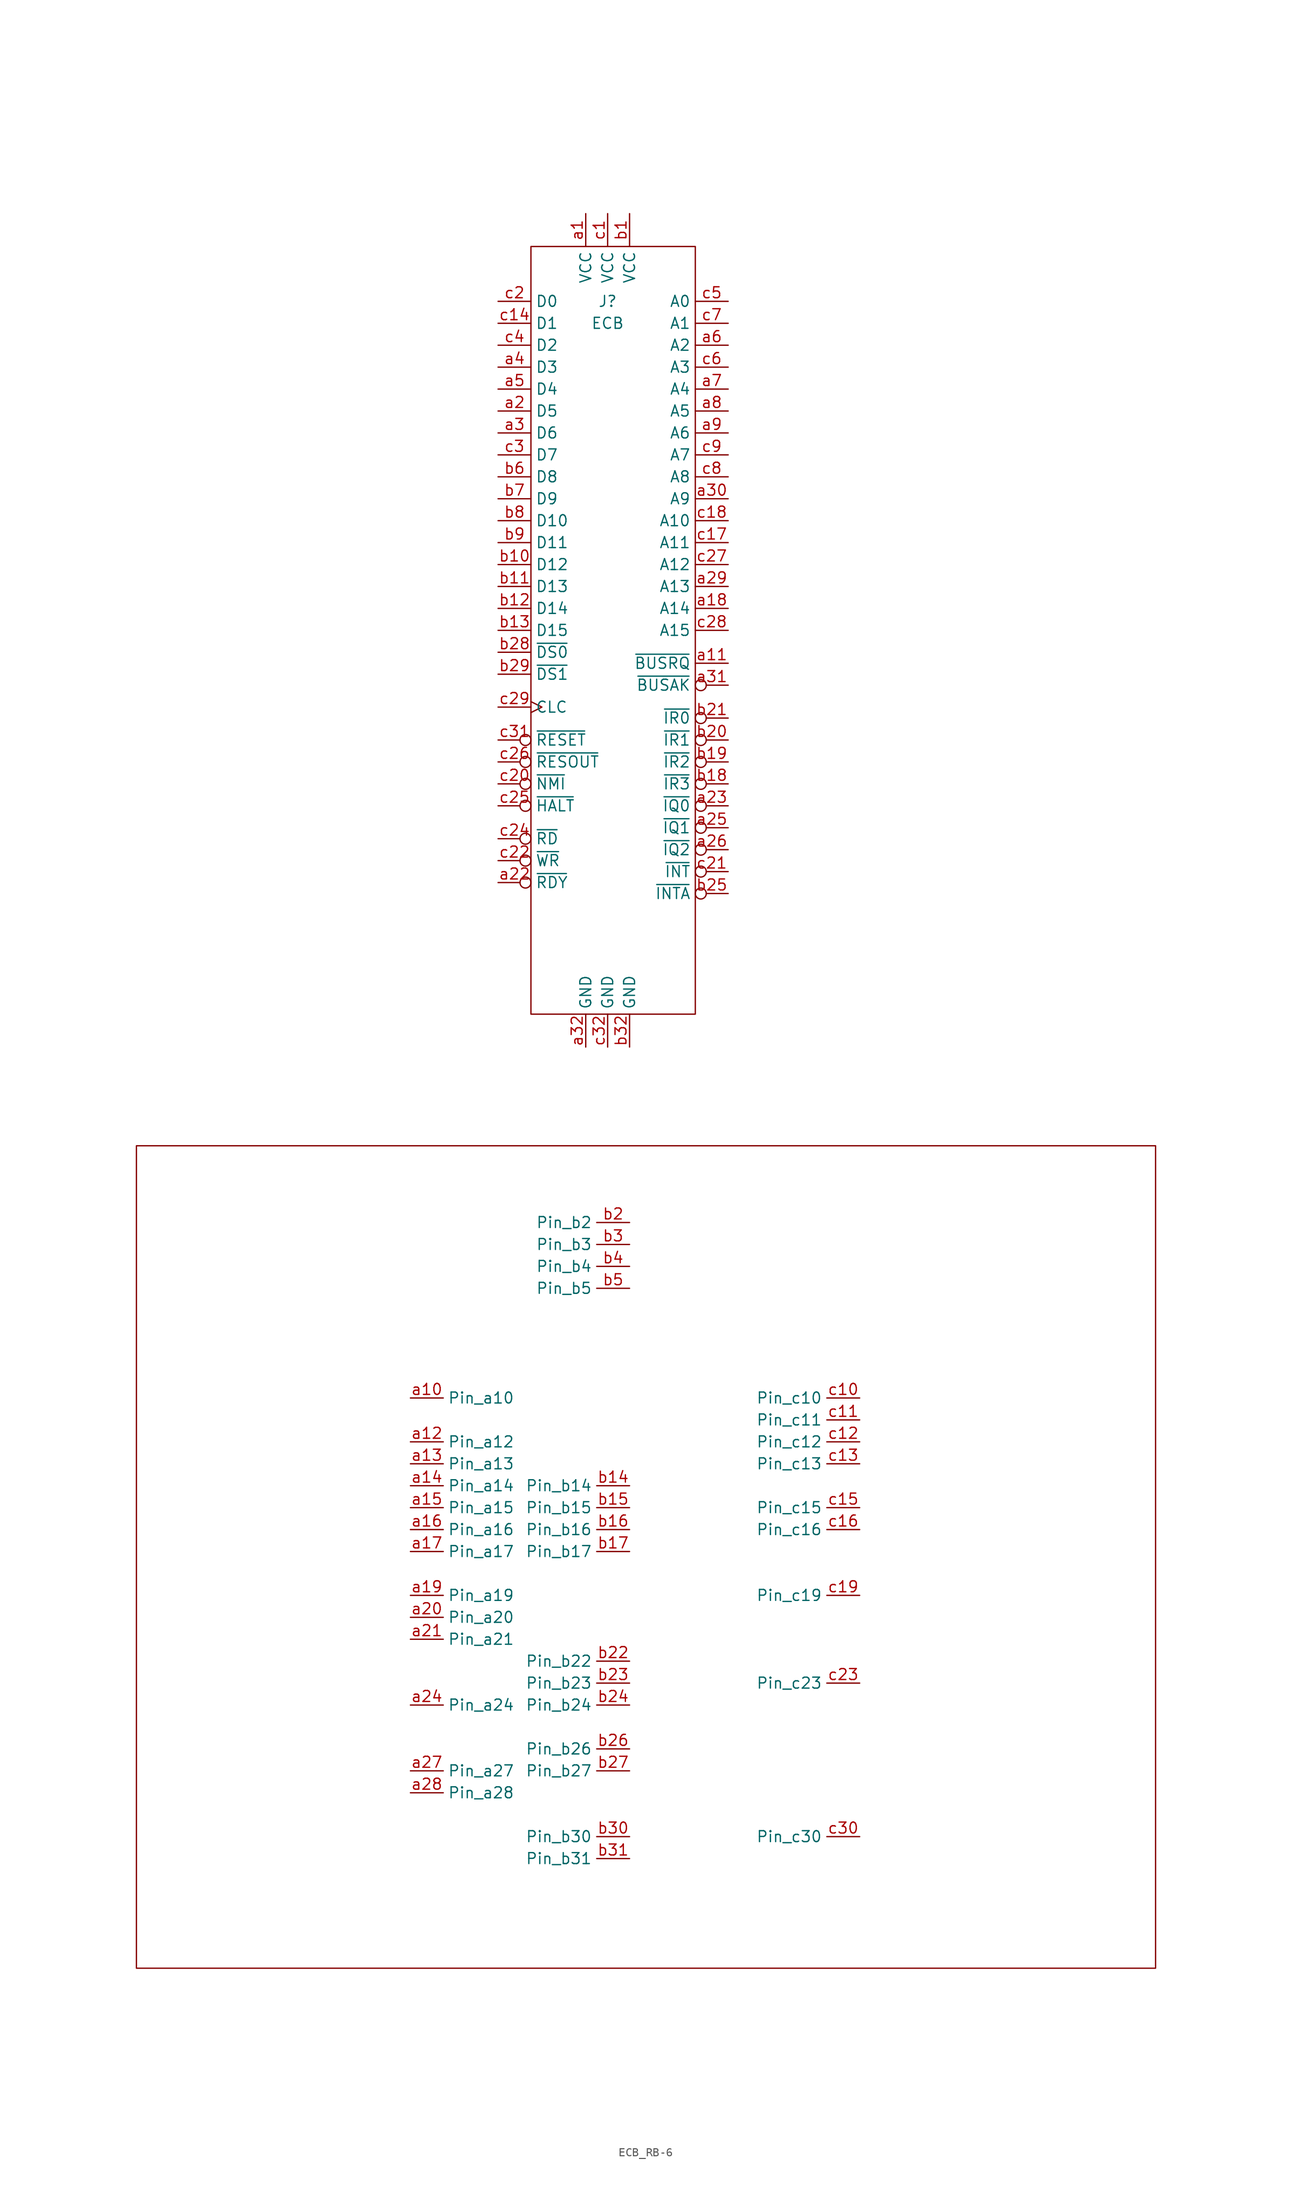
<source format=kicad_sym>
(kicad_symbol_lib
  (version 20220914)
  (generator kicad_symbol_editor)
  (symbol "ECB_RB-6"
    (property "Reference" "J"
      (at 0 -20.32 0)
      (do_not_autoplace)
      (effects (font (size 1.27 1.27))))
    (property "Value" "ECB"
      (at 0 -22.86 0)
      (do_not_autoplace)
      (effects (font (size 1.27 1.27))))
    (symbol "ECB_RB-6_0_1"
      (rectangle (start -54.61 -118.11) (end 63.5 -213.36) (stroke (width 0) (type default)) (fill (type none)))
      (rectangle (start -8.89 -13.97) (end 10.16 -102.87) (stroke (width 0) (type default)) (fill (type none))))
    (symbol "ECB_RB-6_1_1"
      (pin power_in line (at -2.54 -10.16 270) (length 3.81) (name "VCC" (effects (font (size 1.27 1.27)))) (number "a1" (effects (font (size 1.27 1.27)))))
      (pin passive line (at -22.86 -147.32 0) (length 3.81) (name "Pin_a10" (effects (font (size 1.27 1.27)))) (number "a10" (effects (font (size 1.27 1.27)))))
      (pin input line (at 13.97 -62.23 180) (length 3.81) (name "~{BUSRQ}" (effects (font (size 1.27 1.27)))) (number "a11" (effects (font (size 1.27 1.27)))))
      (pin passive line (at -22.86 -152.4 0) (length 3.81) (name "Pin_a12" (effects (font (size 1.27 1.27)))) (number "a12" (effects (font (size 1.27 1.27)))))
      (pin passive line (at -22.86 -154.94 0) (length 3.81) (name "Pin_a13" (effects (font (size 1.27 1.27)))) (number "a13" (effects (font (size 1.27 1.27)))))
      (pin passive line (at -22.86 -157.48 0) (length 3.81) (name "Pin_a14" (effects (font (size 1.27 1.27)))) (number "a14" (effects (font (size 1.27 1.27)))))
      (pin passive line (at -22.86 -160.02 0) (length 3.81) (name "Pin_a15" (effects (font (size 1.27 1.27)))) (number "a15" (effects (font (size 1.27 1.27)))))
      (pin passive line (at -22.86 -162.56 0) (length 3.81) (name "Pin_a16" (effects (font (size 1.27 1.27)))) (number "a16" (effects (font (size 1.27 1.27)))))
      (pin passive line (at -22.86 -165.1 0) (length 3.81) (name "Pin_a17" (effects (font (size 1.27 1.27)))) (number "a17" (effects (font (size 1.27 1.27)))))
      (pin bidirectional line (at 13.97 -55.88 180) (length 3.81) (name "A14" (effects (font (size 1.27 1.27)))) (number "a18" (effects (font (size 1.27 1.27)))))
      (pin passive line (at -22.86 -170.18 0) (length 3.81) (name "Pin_a19" (effects (font (size 1.27 1.27)))) (number "a19" (effects (font (size 1.27 1.27)))))
      (pin tri_state line (at -12.7 -33.02 0) (length 3.81) (name "D5" (effects (font (size 1.27 1.27)))) (number "a2" (effects (font (size 1.27 1.27)))))
      (pin passive line (at -22.86 -172.72 0) (length 3.81) (name "Pin_a20" (effects (font (size 1.27 1.27)))) (number "a20" (effects (font (size 1.27 1.27)))))
      (pin passive line (at -22.86 -175.26 0) (length 3.81) (name "Pin_a21" (effects (font (size 1.27 1.27)))) (number "a21" (effects (font (size 1.27 1.27)))))
      (pin input inverted (at -12.7 -87.63 0) (length 3.81) (name "~{RDY}" (effects (font (size 1.27 1.27)))) (number "a22" (effects (font (size 1.27 1.27)))))
      (pin input inverted (at 13.97 -78.74 180) (length 3.81) (name "~{IQ0}" (effects (font (size 1.27 1.27)))) (number "a23" (effects (font (size 1.27 1.27)))))
      (pin passive line (at -22.86 -182.88 0) (length 3.81) (name "Pin_a24" (effects (font (size 1.27 1.27)))) (number "a24" (effects (font (size 1.27 1.27)))))
      (pin input inverted (at 13.97 -81.28 180) (length 3.81) (name "~{IQ1}" (effects (font (size 1.27 1.27)))) (number "a25" (effects (font (size 1.27 1.27)))))
      (pin input inverted (at 13.97 -83.82 180) (length 3.81) (name "~{IQ2}" (effects (font (size 1.27 1.27)))) (number "a26" (effects (font (size 1.27 1.27)))))
      (pin passive line (at -22.86 -190.5 0) (length 3.81) (name "Pin_a27" (effects (font (size 1.27 1.27)))) (number "a27" (effects (font (size 1.27 1.27)))))
      (pin passive line (at -22.86 -193.04 0) (length 3.81) (name "Pin_a28" (effects (font (size 1.27 1.27)))) (number "a28" (effects (font (size 1.27 1.27)))))
      (pin bidirectional line (at 13.97 -53.34 180) (length 3.81) (name "A13" (effects (font (size 1.27 1.27)))) (number "a29" (effects (font (size 1.27 1.27)))))
      (pin tri_state line (at -12.7 -35.56 0) (length 3.81) (name "D6" (effects (font (size 1.27 1.27)))) (number "a3" (effects (font (size 1.27 1.27)))))
      (pin bidirectional line (at 13.97 -43.18 180) (length 3.81) (name "A9" (effects (font (size 1.27 1.27)))) (number "a30" (effects (font (size 1.27 1.27)))))
      (pin output inverted (at 13.97 -64.77 180) (length 3.81) (name "~{BUSAK}" (effects (font (size 1.27 1.27)))) (number "a31" (effects (font (size 1.27 1.27)))))
      (pin power_out line (at -2.54 -106.68 90) (length 3.81) (name "GND" (effects (font (size 1.27 1.27)))) (number "a32" (effects (font (size 1.27 1.27)))))
      (pin tri_state line (at -12.7 -27.94 0) (length 3.81) (name "D3" (effects (font (size 1.27 1.27)))) (number "a4" (effects (font (size 1.27 1.27)))))
      (pin tri_state line (at -12.7 -30.48 0) (length 3.81) (name "D4" (effects (font (size 1.27 1.27)))) (number "a5" (effects (font (size 1.27 1.27)))))
      (pin bidirectional line (at 13.97 -25.4 180) (length 3.81) (name "A2" (effects (font (size 1.27 1.27)))) (number "a6" (effects (font (size 1.27 1.27)))))
      (pin bidirectional line (at 13.97 -30.48 180) (length 3.81) (name "A4" (effects (font (size 1.27 1.27)))) (number "a7" (effects (font (size 1.27 1.27)))))
      (pin bidirectional line (at 13.97 -33.02 180) (length 3.81) (name "A5" (effects (font (size 1.27 1.27)))) (number "a8" (effects (font (size 1.27 1.27)))))
      (pin bidirectional line (at 13.97 -35.56 180) (length 3.81) (name "A6" (effects (font (size 1.27 1.27)))) (number "a9" (effects (font (size 1.27 1.27)))))
      (pin power_in line (at 2.54 -10.16 270) (length 3.81) (name "VCC" (effects (font (size 1.27 1.27)))) (number "b1" (effects (font (size 1.27 1.27)))))
      (pin tri_state line (at -12.7 -50.8 0) (length 3.81) (name "D12" (effects (font (size 1.27 1.27)))) (number "b10" (effects (font (size 1.27 1.27)))))
      (pin tri_state line (at -12.7 -53.34 0) (length 3.81) (name "D13" (effects (font (size 1.27 1.27)))) (number "b11" (effects (font (size 1.27 1.27)))))
      (pin tri_state line (at -12.7 -55.88 0) (length 3.81) (name "D14" (effects (font (size 1.27 1.27)))) (number "b12" (effects (font (size 1.27 1.27)))))
      (pin tri_state line (at -12.7 -58.42 0) (length 3.81) (name "D15" (effects (font (size 1.27 1.27)))) (number "b13" (effects (font (size 1.27 1.27)))))
      (pin passive line (at 2.54 -157.48 180) (length 3.81) (name "Pin_b14" (effects (font (size 1.27 1.27)))) (number "b14" (effects (font (size 1.27 1.27)))))
      (pin passive line (at 2.54 -160.02 180) (length 3.81) (name "Pin_b15" (effects (font (size 1.27 1.27)))) (number "b15" (effects (font (size 1.27 1.27)))))
      (pin passive line (at 2.54 -162.56 180) (length 3.81) (name "Pin_b16" (effects (font (size 1.27 1.27)))) (number "b16" (effects (font (size 1.27 1.27)))))
      (pin passive line (at 2.54 -165.1 180) (length 3.81) (name "Pin_b17" (effects (font (size 1.27 1.27)))) (number "b17" (effects (font (size 1.27 1.27)))))
      (pin input inverted (at 13.97 -76.2 180) (length 3.81) (name "~{IR3}" (effects (font (size 1.27 1.27)))) (number "b18" (effects (font (size 1.27 1.27)))))
      (pin input inverted (at 13.97 -73.66 180) (length 3.81) (name "~{IR2}" (effects (font (size 1.27 1.27)))) (number "b19" (effects (font (size 1.27 1.27)))))
      (pin passive line (at 2.54 -127 180) (length 3.81) (name "Pin_b2" (effects (font (size 1.27 1.27)))) (number "b2" (effects (font (size 1.27 1.27)))))
      (pin input inverted (at 13.97 -71.12 180) (length 3.81) (name "~{IR1}" (effects (font (size 1.27 1.27)))) (number "b20" (effects (font (size 1.27 1.27)))))
      (pin input inverted (at 13.97 -68.58 180) (length 3.81) (name "~{IR0}" (effects (font (size 1.27 1.27)))) (number "b21" (effects (font (size 1.27 1.27)))))
      (pin passive line (at 2.54 -177.8 180) (length 3.81) (name "Pin_b22" (effects (font (size 1.27 1.27)))) (number "b22" (effects (font (size 1.27 1.27)))))
      (pin passive line (at 2.54 -180.34 180) (length 3.81) (name "Pin_b23" (effects (font (size 1.27 1.27)))) (number "b23" (effects (font (size 1.27 1.27)))))
      (pin passive line (at 2.54 -182.88 180) (length 3.81) (name "Pin_b24" (effects (font (size 1.27 1.27)))) (number "b24" (effects (font (size 1.27 1.27)))))
      (pin output inverted (at 13.97 -88.9 180) (length 3.81) (name "~{INTA}" (effects (font (size 1.27 1.27)))) (number "b25" (effects (font (size 1.27 1.27)))))
      (pin passive line (at 2.54 -187.96 180) (length 3.81) (name "Pin_b26" (effects (font (size 1.27 1.27)))) (number "b26" (effects (font (size 1.27 1.27)))))
      (pin passive line (at 2.54 -190.5 180) (length 3.81) (name "Pin_b27" (effects (font (size 1.27 1.27)))) (number "b27" (effects (font (size 1.27 1.27)))))
      (pin passive line (at -12.7 -60.96 0) (length 3.81) (name "~{DS0}" (effects (font (size 1.27 1.27)))) (number "b28" (effects (font (size 1.27 1.27)))))
      (pin passive line (at -12.7 -63.5 0) (length 3.81) (name "~{DS1}" (effects (font (size 1.27 1.27)))) (number "b29" (effects (font (size 1.27 1.27)))))
      (pin passive line (at 2.54 -129.54 180) (length 3.81) (name "Pin_b3" (effects (font (size 1.27 1.27)))) (number "b3" (effects (font (size 1.27 1.27)))))
      (pin passive line (at 2.54 -198.12 180) (length 3.81) (name "Pin_b30" (effects (font (size 1.27 1.27)))) (number "b30" (effects (font (size 1.27 1.27)))))
      (pin passive line (at 2.54 -200.66 180) (length 3.81) (name "Pin_b31" (effects (font (size 1.27 1.27)))) (number "b31" (effects (font (size 1.27 1.27)))))
      (pin power_out line (at 2.54 -106.68 90) (length 3.81) (name "GND" (effects (font (size 1.27 1.27)))) (number "b32" (effects (font (size 1.27 1.27)))))
      (pin passive line (at 2.54 -132.08 180) (length 3.81) (name "Pin_b4" (effects (font (size 1.27 1.27)))) (number "b4" (effects (font (size 1.27 1.27)))))
      (pin passive line (at 2.54 -134.62 180) (length 3.81) (name "Pin_b5" (effects (font (size 1.27 1.27)))) (number "b5" (effects (font (size 1.27 1.27)))))
      (pin tri_state line (at -12.7 -40.64 0) (length 3.81) (name "D8" (effects (font (size 1.27 1.27)))) (number "b6" (effects (font (size 1.27 1.27)))))
      (pin tri_state line (at -12.7 -43.18 0) (length 3.81) (name "D9" (effects (font (size 1.27 1.27)))) (number "b7" (effects (font (size 1.27 1.27)))))
      (pin tri_state line (at -12.7 -45.72 0) (length 3.81) (name "D10" (effects (font (size 1.27 1.27)))) (number "b8" (effects (font (size 1.27 1.27)))))
      (pin tri_state line (at -12.7 -48.26 0) (length 3.81) (name "D11" (effects (font (size 1.27 1.27)))) (number "b9" (effects (font (size 1.27 1.27)))))
      (pin power_in line (at 0 -10.16 270) (length 3.81) (name "VCC" (effects (font (size 1.27 1.27)))) (number "c1" (effects (font (size 1.27 1.27)))))
      (pin passive line (at 29.21 -147.32 180) (length 3.81) (name "Pin_c10" (effects (font (size 1.27 1.27)))) (number "c10" (effects (font (size 1.27 1.27)))))
      (pin passive line (at 29.21 -149.86 180) (length 3.81) (name "Pin_c11" (effects (font (size 1.27 1.27)))) (number "c11" (effects (font (size 1.27 1.27)))))
      (pin passive line (at 29.21 -152.4 180) (length 3.81) (name "Pin_c12" (effects (font (size 1.27 1.27)))) (number "c12" (effects (font (size 1.27 1.27)))))
      (pin passive line (at 29.21 -154.94 180) (length 3.81) (name "Pin_c13" (effects (font (size 1.27 1.27)))) (number "c13" (effects (font (size 1.27 1.27)))))
      (pin tri_state line (at -12.7 -22.86 0) (length 3.81) (name "D1" (effects (font (size 1.27 1.27)))) (number "c14" (effects (font (size 1.27 1.27)))))
      (pin passive line (at 29.21 -160.02 180) (length 3.81) (name "Pin_c15" (effects (font (size 1.27 1.27)))) (number "c15" (effects (font (size 1.27 1.27)))))
      (pin passive line (at 29.21 -162.56 180) (length 3.81) (name "Pin_c16" (effects (font (size 1.27 1.27)))) (number "c16" (effects (font (size 1.27 1.27)))))
      (pin bidirectional line (at 13.97 -48.26 180) (length 3.81) (name "A11" (effects (font (size 1.27 1.27)))) (number "c17" (effects (font (size 1.27 1.27)))))
      (pin bidirectional line (at 13.97 -45.72 180) (length 3.81) (name "A10" (effects (font (size 1.27 1.27)))) (number "c18" (effects (font (size 1.27 1.27)))))
      (pin passive line (at 29.21 -170.18 180) (length 3.81) (name "Pin_c19" (effects (font (size 1.27 1.27)))) (number "c19" (effects (font (size 1.27 1.27)))))
      (pin tri_state line (at -12.7 -20.32 0) (length 3.81) (name "D0" (effects (font (size 1.27 1.27)))) (number "c2" (effects (font (size 1.27 1.27)))))
      (pin input inverted (at -12.7 -76.2 0) (length 3.81) (name "~{NMI}" (effects (font (size 1.27 1.27)))) (number "c20" (effects (font (size 1.27 1.27)))))
      (pin input inverted (at 13.97 -86.36 180) (length 3.81) (name "~{INT}" (effects (font (size 1.27 1.27)))) (number "c21" (effects (font (size 1.27 1.27)))))
      (pin output inverted (at -12.7 -85.09 0) (length 3.81) (name "~{WR}" (effects (font (size 1.27 1.27)))) (number "c22" (effects (font (size 1.27 1.27)))))
      (pin passive line (at 29.21 -180.34 180) (length 3.81) (name "Pin_c23" (effects (font (size 1.27 1.27)))) (number "c23" (effects (font (size 1.27 1.27)))))
      (pin output inverted (at -12.7 -82.55 0) (length 3.81) (name "~{RD}" (effects (font (size 1.27 1.27)))) (number "c24" (effects (font (size 1.27 1.27)))))
      (pin input inverted (at -12.7 -78.74 0) (length 3.81) (name "~{HALT}" (effects (font (size 1.27 1.27)))) (number "c25" (effects (font (size 1.27 1.27)))))
      (pin output inverted (at -12.7 -73.66 0) (length 3.81) (name "~{RESOUT}" (effects (font (size 1.27 1.27)))) (number "c26" (effects (font (size 1.27 1.27)))))
      (pin bidirectional line (at 13.97 -50.8 180) (length 3.81) (name "A12" (effects (font (size 1.27 1.27)))) (number "c27" (effects (font (size 1.27 1.27)))))
      (pin bidirectional line (at 13.97 -58.42 180) (length 3.81) (name "A15" (effects (font (size 1.27 1.27)))) (number "c28" (effects (font (size 1.27 1.27)))))
      (pin input clock (at -12.7 -67.31 0) (length 3.81) (name "CLC" (effects (font (size 1.27 1.27)))) (number "c29" (effects (font (size 1.27 1.27)))))
      (pin tri_state line (at -12.7 -38.1 0) (length 3.81) (name "D7" (effects (font (size 1.27 1.27)))) (number "c3" (effects (font (size 1.27 1.27)))))
      (pin passive line (at 29.21 -198.12 180) (length 3.81) (name "Pin_c30" (effects (font (size 1.27 1.27)))) (number "c30" (effects (font (size 1.27 1.27)))))
      (pin input inverted (at -12.7 -71.12 0) (length 3.81) (name "~{RESET}" (effects (font (size 1.27 1.27)))) (number "c31" (effects (font (size 1.27 1.27)))))
      (pin power_out line (at 0 -106.68 90) (length 3.81) (name "GND" (effects (font (size 1.27 1.27)))) (number "c32" (effects (font (size 1.27 1.27)))))
      (pin tri_state line (at -12.7 -25.4 0) (length 3.81) (name "D2" (effects (font (size 1.27 1.27)))) (number "c4" (effects (font (size 1.27 1.27)))))
      (pin bidirectional line (at 13.97 -20.32 180) (length 3.81) (name "A0" (effects (font (size 1.27 1.27)))) (number "c5" (effects (font (size 1.27 1.27)))))
      (pin bidirectional line (at 13.97 -27.94 180) (length 3.81) (name "A3" (effects (font (size 1.27 1.27)))) (number "c6" (effects (font (size 1.27 1.27)))))
      (pin bidirectional line (at 13.97 -22.86 180) (length 3.81) (name "A1" (effects (font (size 1.27 1.27)))) (number "c7" (effects (font (size 1.27 1.27)))))
      (pin bidirectional line (at 13.97 -40.64 180) (length 3.81) (name "A8" (effects (font (size 1.27 1.27)))) (number "c8" (effects (font (size 1.27 1.27)))))
      (pin bidirectional line (at 13.97 -38.1 180) (length 3.81) (name "A7" (effects (font (size 1.27 1.27)))) (number "c9" (effects (font (size 1.27 1.27))))))))
</source>
